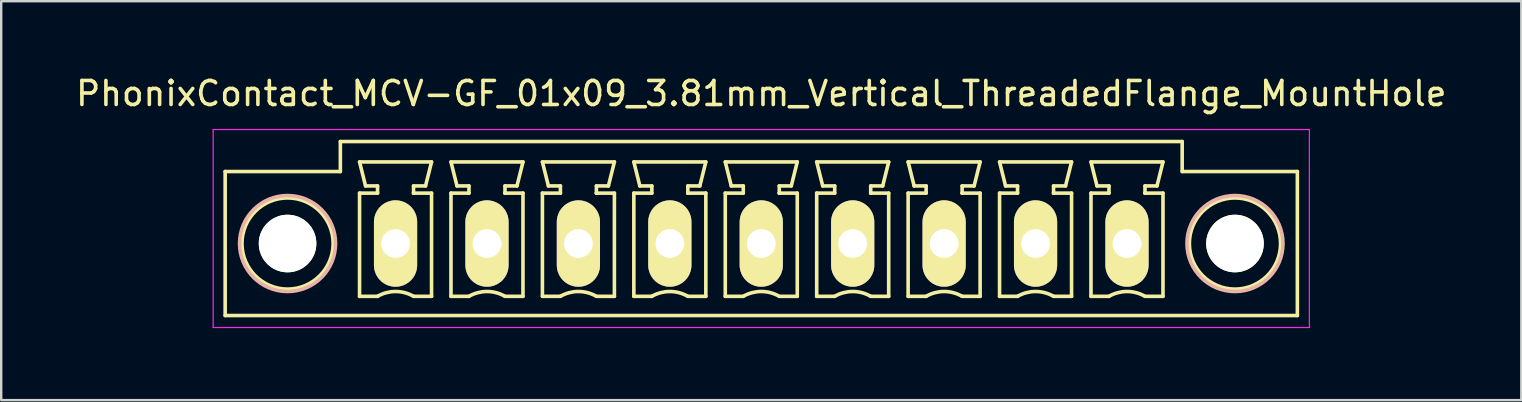
<source format=kicad_pcb>
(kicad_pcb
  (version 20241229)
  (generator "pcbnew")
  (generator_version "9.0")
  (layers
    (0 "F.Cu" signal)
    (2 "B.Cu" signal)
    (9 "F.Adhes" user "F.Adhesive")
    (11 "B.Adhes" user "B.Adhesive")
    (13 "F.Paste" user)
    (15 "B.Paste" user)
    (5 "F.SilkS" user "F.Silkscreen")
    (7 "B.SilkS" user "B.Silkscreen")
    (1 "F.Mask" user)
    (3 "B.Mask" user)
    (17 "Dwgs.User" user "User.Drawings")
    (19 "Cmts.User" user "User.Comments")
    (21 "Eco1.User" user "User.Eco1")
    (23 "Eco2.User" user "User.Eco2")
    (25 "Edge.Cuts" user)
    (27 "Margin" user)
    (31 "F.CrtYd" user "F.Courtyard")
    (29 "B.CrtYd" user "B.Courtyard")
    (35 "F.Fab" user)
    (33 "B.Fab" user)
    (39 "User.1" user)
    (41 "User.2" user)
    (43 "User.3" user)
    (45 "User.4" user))
  (footprint "PhonixContact_MCV-GF_01x09_3.81mm_Vertical_ThreadedFlange_MountHole"
    (layer "F.Cu")
    (at 13.433 7.098)
    (property "Reference" "PhonixContact_MCV-GF_01x09_3.81mm_Vertical_ThreadedFlange_MountHole" (at 15.24 -6.25 0) (layer "F.SilkS") (effects (font (size 1 1) (thickness 0.15))))
    (attr through_hole)
    (fp_line (start -7.1 -3) (end -7.1 3) (stroke (width 0.15) (type solid)) (layer "F.SilkS"))
    (fp_line (start -7.1 3) (end 37.58 3) (stroke (width 0.15) (type solid)) (layer "F.SilkS"))
    (fp_line (start -2.3 -4.25) (end -2.3 -3) (stroke (width 0.15) (type solid)) (layer "F.SilkS"))
    (fp_line (start -2.3 -3) (end -7.1 -3) (stroke (width 0.15) (type solid)) (layer "F.SilkS"))
    (fp_line (start -1.5 -3.4) (end 1.5 -3.4) (stroke (width 0.15) (type solid)) (layer "F.SilkS"))
    (fp_line (start -1.5 -2.1) (end -0.75 -2.1) (stroke (width 0.15) (type solid)) (layer "F.SilkS"))
    (fp_line (start -1.5 2.2) (end -1.5 -2.1) (stroke (width 0.15) (type solid)) (layer "F.SilkS"))
    (fp_line (start -1.25 -2.4) (end -1.5 -3.4) (stroke (width 0.15) (type solid)) (layer "F.SilkS"))
    (fp_line (start -0.75 -2.4) (end -1.25 -2.4) (stroke (width 0.15) (type solid)) (layer "F.SilkS"))
    (fp_line (start -0.75 -2.1) (end -0.75 -2.4) (stroke (width 0.15) (type solid)) (layer "F.SilkS"))
    (fp_line (start -0.75 2.2) (end -1.5 2.2) (stroke (width 0.15) (type solid)) (layer "F.SilkS"))
    (fp_line (start 0.75 -2.4) (end 0.75 -2.1) (stroke (width 0.15) (type solid)) (layer "F.SilkS"))
    (fp_line (start 0.75 -2.1) (end 0.75 -2.1) (stroke (width 0.15) (type solid)) (layer "F.SilkS"))
    (fp_line (start 0.75 -2.1) (end 1.5 -2.1) (stroke (width 0.15) (type solid)) (layer "F.SilkS"))
    (fp_line (start 1.25 -2.4) (end 0.75 -2.4) (stroke (width 0.15) (type solid)) (layer "F.SilkS"))
    (fp_line (start 1.5 -3.4) (end 1.25 -2.4) (stroke (width 0.15) (type solid)) (layer "F.SilkS"))
    (fp_line (start 1.5 -2.1) (end 1.5 2.2) (stroke (width 0.15) (type solid)) (layer "F.SilkS"))
    (fp_line (start 1.5 2.2) (end 0.75 2.2) (stroke (width 0.15) (type solid)) (layer "F.SilkS"))
    (fp_line (start 2.31 -3.4) (end 5.31 -3.4) (stroke (width 0.15) (type solid)) (layer "F.SilkS"))
    (fp_line (start 2.31 -2.1) (end 3.06 -2.1) (stroke (width 0.15) (type solid)) (layer "F.SilkS"))
    (fp_line (start 2.31 2.2) (end 2.31 -2.1) (stroke (width 0.15) (type solid)) (layer "F.SilkS"))
    (fp_line (start 2.56 -2.4) (end 2.31 -3.4) (stroke (width 0.15) (type solid)) (layer "F.SilkS"))
    (fp_line (start 3.06 -2.4) (end 2.56 -2.4) (stroke (width 0.15) (type solid)) (layer "F.SilkS"))
    (fp_line (start 3.06 -2.1) (end 3.06 -2.4) (stroke (width 0.15) (type solid)) (layer "F.SilkS"))
    (fp_line (start 3.06 2.2) (end 2.31 2.2) (stroke (width 0.15) (type solid)) (layer "F.SilkS"))
    (fp_line (start 4.56 -2.4) (end 4.56 -2.1) (stroke (width 0.15) (type solid)) (layer "F.SilkS"))
    (fp_line (start 4.56 -2.1) (end 4.56 -2.1) (stroke (width 0.15) (type solid)) (layer "F.SilkS"))
    (fp_line (start 4.56 -2.1) (end 5.31 -2.1) (stroke (width 0.15) (type solid)) (layer "F.SilkS"))
    (fp_line (start 5.06 -2.4) (end 4.56 -2.4) (stroke (width 0.15) (type solid)) (layer "F.SilkS"))
    (fp_line (start 5.31 -3.4) (end 5.06 -2.4) (stroke (width 0.15) (type solid)) (layer "F.SilkS"))
    (fp_line (start 5.31 -2.1) (end 5.31 2.2) (stroke (width 0.15) (type solid)) (layer "F.SilkS"))
    (fp_line (start 5.31 2.2) (end 4.56 2.2) (stroke (width 0.15) (type solid)) (layer "F.SilkS"))
    (fp_line (start 6.12 -3.4) (end 9.12 -3.4) (stroke (width 0.15) (type solid)) (layer "F.SilkS"))
    (fp_line (start 6.12 -2.1) (end 6.87 -2.1) (stroke (width 0.15) (type solid)) (layer "F.SilkS"))
    (fp_line (start 6.12 2.2) (end 6.12 -2.1) (stroke (width 0.15) (type solid)) (layer "F.SilkS"))
    (fp_line (start 6.37 -2.4) (end 6.12 -3.4) (stroke (width 0.15) (type solid)) (layer "F.SilkS"))
    (fp_line (start 6.87 -2.4) (end 6.37 -2.4) (stroke (width 0.15) (type solid)) (layer "F.SilkS"))
    (fp_line (start 6.87 -2.1) (end 6.87 -2.4) (stroke (width 0.15) (type solid)) (layer "F.SilkS"))
    (fp_line (start 6.87 2.2) (end 6.12 2.2) (stroke (width 0.15) (type solid)) (layer "F.SilkS"))
    (fp_line (start 8.37 -2.4) (end 8.37 -2.1) (stroke (width 0.15) (type solid)) (layer "F.SilkS"))
    (fp_line (start 8.37 -2.1) (end 8.37 -2.1) (stroke (width 0.15) (type solid)) (layer "F.SilkS"))
    (fp_line (start 8.37 -2.1) (end 9.12 -2.1) (stroke (width 0.15) (type solid)) (layer "F.SilkS"))
    (fp_line (start 8.87 -2.4) (end 8.37 -2.4) (stroke (width 0.15) (type solid)) (layer "F.SilkS"))
    (fp_line (start 9.12 -3.4) (end 8.87 -2.4) (stroke (width 0.15) (type solid)) (layer "F.SilkS"))
    (fp_line (start 9.12 -2.1) (end 9.12 2.2) (stroke (width 0.15) (type solid)) (layer "F.SilkS"))
    (fp_line (start 9.12 2.2) (end 8.37 2.2) (stroke (width 0.15) (type solid)) (layer "F.SilkS"))
    (fp_line (start 9.93 -3.4) (end 12.93 -3.4) (stroke (width 0.15) (type solid)) (layer "F.SilkS"))
    (fp_line (start 9.93 -2.1) (end 10.68 -2.1) (stroke (width 0.15) (type solid)) (layer "F.SilkS"))
    (fp_line (start 9.93 2.2) (end 9.93 -2.1) (stroke (width 0.15) (type solid)) (layer "F.SilkS"))
    (fp_line (start 10.18 -2.4) (end 9.93 -3.4) (stroke (width 0.15) (type solid)) (layer "F.SilkS"))
    (fp_line (start 10.68 -2.4) (end 10.18 -2.4) (stroke (width 0.15) (type solid)) (layer "F.SilkS"))
    (fp_line (start 10.68 -2.1) (end 10.68 -2.4) (stroke (width 0.15) (type solid)) (layer "F.SilkS"))
    (fp_line (start 10.68 2.2) (end 9.93 2.2) (stroke (width 0.15) (type solid)) (layer "F.SilkS"))
    (fp_line (start 12.18 -2.4) (end 12.18 -2.1) (stroke (width 0.15) (type solid)) (layer "F.SilkS"))
    (fp_line (start 12.18 -2.1) (end 12.18 -2.1) (stroke (width 0.15) (type solid)) (layer "F.SilkS"))
    (fp_line (start 12.18 -2.1) (end 12.93 -2.1) (stroke (width 0.15) (type solid)) (layer "F.SilkS"))
    (fp_line (start 12.68 -2.4) (end 12.18 -2.4) (stroke (width 0.15) (type solid)) (layer "F.SilkS"))
    (fp_line (start 12.93 -3.4) (end 12.68 -2.4) (stroke (width 0.15) (type solid)) (layer "F.SilkS"))
    (fp_line (start 12.93 -2.1) (end 12.93 2.2) (stroke (width 0.15) (type solid)) (layer "F.SilkS"))
    (fp_line (start 12.93 2.2) (end 12.18 2.2) (stroke (width 0.15) (type solid)) (layer "F.SilkS"))
    (fp_line (start 13.74 -3.4) (end 16.74 -3.4) (stroke (width 0.15) (type solid)) (layer "F.SilkS"))
    (fp_line (start 13.74 -2.1) (end 14.49 -2.1) (stroke (width 0.15) (type solid)) (layer "F.SilkS"))
    (fp_line (start 13.74 2.2) (end 13.74 -2.1) (stroke (width 0.15) (type solid)) (layer "F.SilkS"))
    (fp_line (start 13.99 -2.4) (end 13.74 -3.4) (stroke (width 0.15) (type solid)) (layer "F.SilkS"))
    (fp_line (start 14.49 -2.4) (end 13.99 -2.4) (stroke (width 0.15) (type solid)) (layer "F.SilkS"))
    (fp_line (start 14.49 -2.1) (end 14.49 -2.4) (stroke (width 0.15) (type solid)) (layer "F.SilkS"))
    (fp_line (start 14.49 2.2) (end 13.74 2.2) (stroke (width 0.15) (type solid)) (layer "F.SilkS"))
    (fp_line (start 15.99 -2.4) (end 15.99 -2.1) (stroke (width 0.15) (type solid)) (layer "F.SilkS"))
    (fp_line (start 15.99 -2.1) (end 15.99 -2.1) (stroke (width 0.15) (type solid)) (layer "F.SilkS"))
    (fp_line (start 15.99 -2.1) (end 16.74 -2.1) (stroke (width 0.15) (type solid)) (layer "F.SilkS"))
    (fp_line (start 16.49 -2.4) (end 15.99 -2.4) (stroke (width 0.15) (type solid)) (layer "F.SilkS"))
    (fp_line (start 16.74 -3.4) (end 16.49 -2.4) (stroke (width 0.15) (type solid)) (layer "F.SilkS"))
    (fp_line (start 16.74 -2.1) (end 16.74 2.2) (stroke (width 0.15) (type solid)) (layer "F.SilkS"))
    (fp_line (start 16.74 2.2) (end 15.99 2.2) (stroke (width 0.15) (type solid)) (layer "F.SilkS"))
    (fp_line (start 17.55 -3.4) (end 20.55 -3.4) (stroke (width 0.15) (type solid)) (layer "F.SilkS"))
    (fp_line (start 17.55 -2.1) (end 18.3 -2.1) (stroke (width 0.15) (type solid)) (layer "F.SilkS"))
    (fp_line (start 17.55 2.2) (end 17.55 -2.1) (stroke (width 0.15) (type solid)) (layer "F.SilkS"))
    (fp_line (start 17.8 -2.4) (end 17.55 -3.4) (stroke (width 0.15) (type solid)) (layer "F.SilkS"))
    (fp_line (start 18.3 -2.4) (end 17.8 -2.4) (stroke (width 0.15) (type solid)) (layer "F.SilkS"))
    (fp_line (start 18.3 -2.1) (end 18.3 -2.4) (stroke (width 0.15) (type solid)) (layer "F.SilkS"))
    (fp_line (start 18.3 2.2) (end 17.55 2.2) (stroke (width 0.15) (type solid)) (layer "F.SilkS"))
    (fp_line (start 19.8 -2.4) (end 19.8 -2.1) (stroke (width 0.15) (type solid)) (layer "F.SilkS"))
    (fp_line (start 19.8 -2.1) (end 19.8 -2.1) (stroke (width 0.15) (type solid)) (layer "F.SilkS"))
    (fp_line (start 19.8 -2.1) (end 20.55 -2.1) (stroke (width 0.15) (type solid)) (layer "F.SilkS"))
    (fp_line (start 20.3 -2.4) (end 19.8 -2.4) (stroke (width 0.15) (type solid)) (layer "F.SilkS"))
    (fp_line (start 20.55 -3.4) (end 20.3 -2.4) (stroke (width 0.15) (type solid)) (layer "F.SilkS"))
    (fp_line (start 20.55 -2.1) (end 20.55 2.2) (stroke (width 0.15) (type solid)) (layer "F.SilkS"))
    (fp_line (start 20.55 2.2) (end 19.8 2.2) (stroke (width 0.15) (type solid)) (layer "F.SilkS"))
    (fp_line (start 21.36 -3.4) (end 24.36 -3.4) (stroke (width 0.15) (type solid)) (layer "F.SilkS"))
    (fp_line (start 21.36 -2.1) (end 22.11 -2.1) (stroke (width 0.15) (type solid)) (layer "F.SilkS"))
    (fp_line (start 21.36 2.2) (end 21.36 -2.1) (stroke (width 0.15) (type solid)) (layer "F.SilkS"))
    (fp_line (start 21.61 -2.4) (end 21.36 -3.4) (stroke (width 0.15) (type solid)) (layer "F.SilkS"))
    (fp_line (start 22.11 -2.4) (end 21.61 -2.4) (stroke (width 0.15) (type solid)) (layer "F.SilkS"))
    (fp_line (start 22.11 -2.1) (end 22.11 -2.4) (stroke (width 0.15) (type solid)) (layer "F.SilkS"))
    (fp_line (start 22.11 2.2) (end 21.36 2.2) (stroke (width 0.15) (type solid)) (layer "F.SilkS"))
    (fp_line (start 23.61 -2.4) (end 23.61 -2.1) (stroke (width 0.15) (type solid)) (layer "F.SilkS"))
    (fp_line (start 23.61 -2.1) (end 23.61 -2.1) (stroke (width 0.15) (type solid)) (layer "F.SilkS"))
    (fp_line (start 23.61 -2.1) (end 24.36 -2.1) (stroke (width 0.15) (type solid)) (layer "F.SilkS"))
    (fp_line (start 24.11 -2.4) (end 23.61 -2.4) (stroke (width 0.15) (type solid)) (layer "F.SilkS"))
    (fp_line (start 24.36 -3.4) (end 24.11 -2.4) (stroke (width 0.15) (type solid)) (layer "F.SilkS"))
    (fp_line (start 24.36 -2.1) (end 24.36 2.2) (stroke (width 0.15) (type solid)) (layer "F.SilkS"))
    (fp_line (start 24.36 2.2) (end 23.61 2.2) (stroke (width 0.15) (type solid)) (layer "F.SilkS"))
    (fp_line (start 25.17 -3.4) (end 28.17 -3.4) (stroke (width 0.15) (type solid)) (layer "F.SilkS"))
    (fp_line (start 25.17 -2.1) (end 25.92 -2.1) (stroke (width 0.15) (type solid)) (layer "F.SilkS"))
    (fp_line (start 25.17 2.2) (end 25.17 -2.1) (stroke (width 0.15) (type solid)) (layer "F.SilkS"))
    (fp_line (start 25.42 -2.4) (end 25.17 -3.4) (stroke (width 0.15) (type solid)) (layer "F.SilkS"))
    (fp_line (start 25.92 -2.4) (end 25.42 -2.4) (stroke (width 0.15) (type solid)) (layer "F.SilkS"))
    (fp_line (start 25.92 -2.1) (end 25.92 -2.4) (stroke (width 0.15) (type solid)) (layer "F.SilkS"))
    (fp_line (start 25.92 2.2) (end 25.17 2.2) (stroke (width 0.15) (type solid)) (layer "F.SilkS"))
    (fp_line (start 27.42 -2.4) (end 27.42 -2.1) (stroke (width 0.15) (type solid)) (layer "F.SilkS"))
    (fp_line (start 27.42 -2.1) (end 27.42 -2.1) (stroke (width 0.15) (type solid)) (layer "F.SilkS"))
    (fp_line (start 27.42 -2.1) (end 28.17 -2.1) (stroke (width 0.15) (type solid)) (layer "F.SilkS"))
    (fp_line (start 27.92 -2.4) (end 27.42 -2.4) (stroke (width 0.15) (type solid)) (layer "F.SilkS"))
    (fp_line (start 28.17 -3.4) (end 27.92 -2.4) (stroke (width 0.15) (type solid)) (layer "F.SilkS"))
    (fp_line (start 28.17 -2.1) (end 28.17 2.2) (stroke (width 0.15) (type solid)) (layer "F.SilkS"))
    (fp_line (start 28.17 2.2) (end 27.42 2.2) (stroke (width 0.15) (type solid)) (layer "F.SilkS"))
    (fp_line (start 28.98 -3.4) (end 31.98 -3.4) (stroke (width 0.15) (type solid)) (layer "F.SilkS"))
    (fp_line (start 28.98 -2.1) (end 29.73 -2.1) (stroke (width 0.15) (type solid)) (layer "F.SilkS"))
    (fp_line (start 28.98 2.2) (end 28.98 -2.1) (stroke (width 0.15) (type solid)) (layer "F.SilkS"))
    (fp_line (start 29.23 -2.4) (end 28.98 -3.4) (stroke (width 0.15) (type solid)) (layer "F.SilkS"))
    (fp_line (start 29.73 -2.4) (end 29.23 -2.4) (stroke (width 0.15) (type solid)) (layer "F.SilkS"))
    (fp_line (start 29.73 -2.1) (end 29.73 -2.4) (stroke (width 0.15) (type solid)) (layer "F.SilkS"))
    (fp_line (start 29.73 2.2) (end 28.98 2.2) (stroke (width 0.15) (type solid)) (layer "F.SilkS"))
    (fp_line (start 31.23 -2.4) (end 31.23 -2.1) (stroke (width 0.15) (type solid)) (layer "F.SilkS"))
    (fp_line (start 31.23 -2.1) (end 31.23 -2.1) (stroke (width 0.15) (type solid)) (layer "F.SilkS"))
    (fp_line (start 31.23 -2.1) (end 31.98 -2.1) (stroke (width 0.15) (type solid)) (layer "F.SilkS"))
    (fp_line (start 31.73 -2.4) (end 31.23 -2.4) (stroke (width 0.15) (type solid)) (layer "F.SilkS"))
    (fp_line (start 31.98 -3.4) (end 31.73 -2.4) (stroke (width 0.15) (type solid)) (layer "F.SilkS"))
    (fp_line (start 31.98 -2.1) (end 31.98 2.2) (stroke (width 0.15) (type solid)) (layer "F.SilkS"))
    (fp_line (start 31.98 2.2) (end 31.23 2.2) (stroke (width 0.15) (type solid)) (layer "F.SilkS"))
    (fp_line (start 32.78 -4.25) (end -2.3 -4.25) (stroke (width 0.15) (type solid)) (layer "F.SilkS"))
    (fp_line (start 32.78 -3) (end 32.78 -4.25) (stroke (width 0.15) (type solid)) (layer "F.SilkS"))
    (fp_line (start 37.58 -3) (end 32.78 -3) (stroke (width 0.15) (type solid)) (layer "F.SilkS"))
    (fp_line (start 37.58 3) (end 37.58 -3) (stroke (width 0.15) (type solid)) (layer "F.SilkS"))
    (fp_arc (start -0.75 2.2) (mid -0.006068 1.999179) (end 0.739464 2.193978) (stroke (width 0.15) (type solid)) (layer "F.SilkS"))
    (fp_arc (start 3.06 2.2) (mid 3.803932 1.999179) (end 4.549464 2.193978) (stroke (width 0.15) (type solid)) (layer "F.SilkS"))
    (fp_arc (start 6.87 2.2) (mid 7.613932 1.999179) (end 8.359464 2.193978) (stroke (width 0.15) (type solid)) (layer "F.SilkS"))
    (fp_arc (start 10.68 2.2) (mid 11.423932 1.999179) (end 12.169464 2.193978) (stroke (width 0.15) (type solid)) (layer "F.SilkS"))
    (fp_arc (start 14.49 2.2) (mid 15.233932 1.999179) (end 15.979464 2.193978) (stroke (width 0.15) (type solid)) (layer "F.SilkS"))
    (fp_arc (start 18.3 2.2) (mid 19.043932 1.999179) (end 19.789464 2.193978) (stroke (width 0.15) (type solid)) (layer "F.SilkS"))
    (fp_arc (start 22.11 2.2) (mid 22.853932 1.999179) (end 23.599464 2.193978) (stroke (width 0.15) (type solid)) (layer "F.SilkS"))
    (fp_arc (start 25.92 2.2) (mid 26.663932 1.999179) (end 27.409464 2.193978) (stroke (width 0.15) (type solid)) (layer "F.SilkS"))
    (fp_arc (start 29.73 2.2) (mid 30.473932 1.999179) (end 31.219464 2.193978) (stroke (width 0.15) (type solid)) (layer "F.SilkS"))
    (fp_circle (center -4.5 0) (end -2.6 0) (stroke (width 0.15) (type solid)) (fill no) (layer "F.SilkS"))
    (fp_circle (center 34.98 0) (end 36.88 0) (stroke (width 0.15) (type solid)) (fill no) (layer "F.SilkS"))
    (fp_circle (center -4.5 0) (end -2.5 0) (stroke (width 0.15) (type solid)) (fill no) (layer "B.SilkS"))
    (fp_circle (center 34.98 0) (end 36.98 0) (stroke (width 0.15) (type solid)) (fill no) (layer "B.SilkS"))
    (fp_line (start -7.6 -4.75) (end -7.6 3.5) (stroke (width 0.05) (type solid)) (layer "F.CrtYd"))
    (fp_line (start -7.6 3.5) (end 38.08 3.5) (stroke (width 0.05) (type solid)) (layer "F.CrtYd"))
    (fp_line (start 38.08 -4.75) (end -7.6 -4.75) (stroke (width 0.05) (type solid)) (layer "F.CrtYd"))
    (fp_line (start 38.08 3.5) (end 38.08 -4.75) (stroke (width 0.05) (type solid)) (layer "F.CrtYd"))
    (pad "" np_thru_hole circle (at -4.5 0) (size 2.4 2.4) (drill 2.4) (layers "*.Cu" "*.Mask" "F.SilkS"))
    (pad "" np_thru_hole circle (at 34.98 0) (size 2.4 2.4) (drill 2.4) (layers "*.Cu" "*.Mask" "F.SilkS"))
    (pad "1" thru_hole oval (at 0 0) (size 1.8 3.6) (drill 1.2) (layers "*.Cu" "*.Mask" "F.SilkS"))
    (pad "2" thru_hole oval (at 3.81 0) (size 1.8 3.6) (drill 1.2) (layers "*.Cu" "*.Mask" "F.SilkS"))
    (pad "3" thru_hole oval (at 7.62 0) (size 1.8 3.6) (drill 1.2) (layers "*.Cu" "*.Mask" "F.SilkS"))
    (pad "4" thru_hole oval (at 11.43 0) (size 1.8 3.6) (drill 1.2) (layers "*.Cu" "*.Mask" "F.SilkS"))
    (pad "5" thru_hole oval (at 15.24 0) (size 1.8 3.6) (drill 1.2) (layers "*.Cu" "*.Mask" "F.SilkS"))
    (pad "6" thru_hole oval (at 19.05 0) (size 1.8 3.6) (drill 1.2) (layers "*.Cu" "*.Mask" "F.SilkS"))
    (pad "7" thru_hole oval (at 22.86 0) (size 1.8 3.6) (drill 1.2) (layers "*.Cu" "*.Mask" "F.SilkS"))
    (pad "8" thru_hole oval (at 26.67 0) (size 1.8 3.6) (drill 1.2) (layers "*.Cu" "*.Mask" "F.SilkS"))
    (pad "9" thru_hole oval (at 30.48 0) (size 1.8 3.6) (drill 1.2) (layers "*.Cu" "*.Mask" "F.SilkS")))
  (gr_rect
    (start -3 -3)
    (end 60.345 13.623)
    (stroke (width 0.1) (type default))
    (fill no)
    (layer "Edge.Cuts")))
</source>
